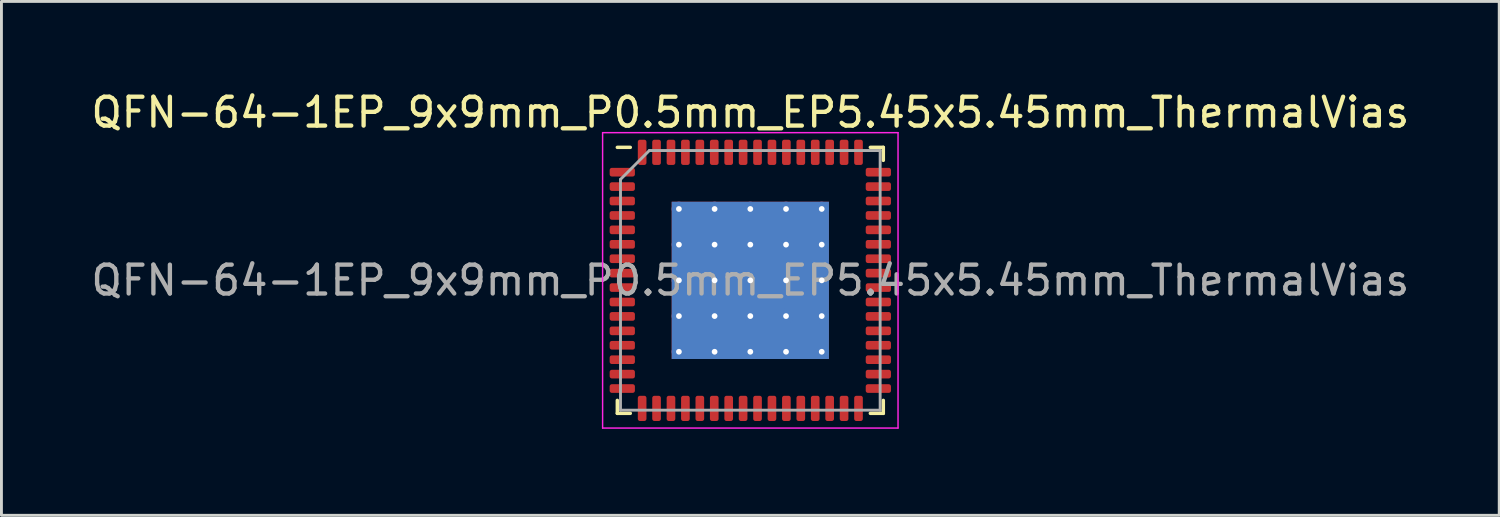
<source format=kicad_pcb>
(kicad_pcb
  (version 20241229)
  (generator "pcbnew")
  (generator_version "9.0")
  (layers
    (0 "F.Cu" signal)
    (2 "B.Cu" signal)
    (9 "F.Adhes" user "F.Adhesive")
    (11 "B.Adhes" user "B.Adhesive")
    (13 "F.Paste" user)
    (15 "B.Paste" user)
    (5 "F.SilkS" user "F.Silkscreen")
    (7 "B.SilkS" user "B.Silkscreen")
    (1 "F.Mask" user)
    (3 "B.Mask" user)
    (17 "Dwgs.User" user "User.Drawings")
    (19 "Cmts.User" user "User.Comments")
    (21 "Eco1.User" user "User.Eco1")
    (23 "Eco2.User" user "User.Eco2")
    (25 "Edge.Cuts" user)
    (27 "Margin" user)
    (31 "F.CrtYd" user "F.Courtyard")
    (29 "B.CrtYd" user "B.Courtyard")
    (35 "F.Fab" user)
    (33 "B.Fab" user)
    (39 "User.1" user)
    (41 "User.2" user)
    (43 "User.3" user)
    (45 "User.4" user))
  (footprint "QFN-64-1EP_9x9mm_P0.5mm_EP5.45x5.45mm_ThermalVias"
    (layer "F.Cu")
    (at 22.958 6.668)
    (property "Reference" "QFN-64-1EP_9x9mm_P0.5mm_EP5.45x5.45mm_ThermalVias" (at 0 -5.82 0) (layer "F.SilkS") (effects (font (size 1 1) (thickness 0.15))))
    (attr smd)
    (fp_line (start -4.61 4.61) (end -4.61 4.16) (stroke (width 0.12) (type solid)) (layer "F.SilkS"))
    (fp_line (start -4.16 -4.61) (end -4.61 -4.61) (stroke (width 0.12) (type solid)) (layer "F.SilkS"))
    (fp_line (start -4.16 4.61) (end -4.61 4.61) (stroke (width 0.12) (type solid)) (layer "F.SilkS"))
    (fp_line (start 4.16 -4.61) (end 4.61 -4.61) (stroke (width 0.12) (type solid)) (layer "F.SilkS"))
    (fp_line (start 4.16 4.61) (end 4.61 4.61) (stroke (width 0.12) (type solid)) (layer "F.SilkS"))
    (fp_line (start 4.61 -4.61) (end 4.61 -4.16) (stroke (width 0.12) (type solid)) (layer "F.SilkS"))
    (fp_line (start 4.61 4.61) (end 4.61 4.16) (stroke (width 0.12) (type solid)) (layer "F.SilkS"))
    (fp_line (start -5.12 -5.12) (end -5.12 5.12) (stroke (width 0.05) (type solid)) (layer "F.CrtYd"))
    (fp_line (start -5.12 5.12) (end 5.12 5.12) (stroke (width 0.05) (type solid)) (layer "F.CrtYd"))
    (fp_line (start 5.12 -5.12) (end -5.12 -5.12) (stroke (width 0.05) (type solid)) (layer "F.CrtYd"))
    (fp_line (start 5.12 5.12) (end 5.12 -5.12) (stroke (width 0.05) (type solid)) (layer "F.CrtYd"))
    (fp_line (start -4.5 -3.5) (end -3.5 -4.5) (stroke (width 0.1) (type solid)) (layer "F.Fab"))
    (fp_line (start -4.5 4.5) (end -4.5 -3.5) (stroke (width 0.1) (type solid)) (layer "F.Fab"))
    (fp_line (start -3.5 -4.5) (end 4.5 -4.5) (stroke (width 0.1) (type solid)) (layer "F.Fab"))
    (fp_line (start 4.5 -4.5) (end 4.5 4.5) (stroke (width 0.1) (type solid)) (layer "F.Fab"))
    (fp_line (start 4.5 4.5) (end -4.5 4.5) (stroke (width 0.1) (type solid)) (layer "F.Fab"))
    (fp_text user "${REFERENCE}" (at 0 0 0) (layer "F.Fab") (effects (font (size 1 1) (thickness 0.15))))
    (pad "" smd roundrect (at -1.856 -1.856) (size 1.055 1.055) (layers "F.Paste") (roundrect_rratio 0.237))
    (pad "" smd roundrect (at -1.856 -0.619) (size 1.055 1.055) (layers "F.Paste") (roundrect_rratio 0.237))
    (pad "" smd roundrect (at -1.856 0.619) (size 1.055 1.055) (layers "F.Paste") (roundrect_rratio 0.237))
    (pad "" smd roundrect (at -1.856 1.856) (size 1.055 1.055) (layers "F.Paste") (roundrect_rratio 0.237))
    (pad "" smd roundrect (at -0.619 -1.856) (size 1.055 1.055) (layers "F.Paste") (roundrect_rratio 0.237))
    (pad "" smd roundrect (at -0.619 -0.619) (size 1.055 1.055) (layers "F.Paste") (roundrect_rratio 0.237))
    (pad "" smd roundrect (at -0.619 0.619) (size 1.055 1.055) (layers "F.Paste") (roundrect_rratio 0.237))
    (pad "" smd roundrect (at -0.619 1.856) (size 1.055 1.055) (layers "F.Paste") (roundrect_rratio 0.237))
    (pad "" smd roundrect (at 0.619 -1.856) (size 1.055 1.055) (layers "F.Paste") (roundrect_rratio 0.237))
    (pad "" smd roundrect (at 0.619 -0.619) (size 1.055 1.055) (layers "F.Paste") (roundrect_rratio 0.237))
    (pad "" smd roundrect (at 0.619 0.619) (size 1.055 1.055) (layers "F.Paste") (roundrect_rratio 0.237))
    (pad "" smd roundrect (at 0.619 1.856) (size 1.055 1.055) (layers "F.Paste") (roundrect_rratio 0.237))
    (pad "" smd roundrect (at 1.856 -1.856) (size 1.055 1.055) (layers "F.Paste") (roundrect_rratio 0.237))
    (pad "" smd roundrect (at 1.856 -0.619) (size 1.055 1.055) (layers "F.Paste") (roundrect_rratio 0.237))
    (pad "" smd roundrect (at 1.856 0.619) (size 1.055 1.055) (layers "F.Paste") (roundrect_rratio 0.237))
    (pad "" smd roundrect (at 1.856 1.856) (size 1.055 1.055) (layers "F.Paste") (roundrect_rratio 0.237))
    (pad "1" smd roundrect (at -4.438 -3.75) (size 0.875 0.3) (layers "F.Cu" "F.Mask" "F.Paste") (roundrect_rratio 0.25))
    (pad "2" smd roundrect (at -4.438 -3.25) (size 0.875 0.3) (layers "F.Cu" "F.Mask" "F.Paste") (roundrect_rratio 0.25))
    (pad "3" smd roundrect (at -4.438 -2.75) (size 0.875 0.3) (layers "F.Cu" "F.Mask" "F.Paste") (roundrect_rratio 0.25))
    (pad "4" smd roundrect (at -4.438 -2.25) (size 0.875 0.3) (layers "F.Cu" "F.Mask" "F.Paste") (roundrect_rratio 0.25))
    (pad "5" smd roundrect (at -4.438 -1.75) (size 0.875 0.3) (layers "F.Cu" "F.Mask" "F.Paste") (roundrect_rratio 0.25))
    (pad "6" smd roundrect (at -4.438 -1.25) (size 0.875 0.3) (layers "F.Cu" "F.Mask" "F.Paste") (roundrect_rratio 0.25))
    (pad "7" smd roundrect (at -4.438 -0.75) (size 0.875 0.3) (layers "F.Cu" "F.Mask" "F.Paste") (roundrect_rratio 0.25))
    (pad "8" smd roundrect (at -4.438 -0.25) (size 0.875 0.3) (layers "F.Cu" "F.Mask" "F.Paste") (roundrect_rratio 0.25))
    (pad "9" smd roundrect (at -4.438 0.25) (size 0.875 0.3) (layers "F.Cu" "F.Mask" "F.Paste") (roundrect_rratio 0.25))
    (pad "10" smd roundrect (at -4.438 0.75) (size 0.875 0.3) (layers "F.Cu" "F.Mask" "F.Paste") (roundrect_rratio 0.25))
    (pad "11" smd roundrect (at -4.438 1.25) (size 0.875 0.3) (layers "F.Cu" "F.Mask" "F.Paste") (roundrect_rratio 0.25))
    (pad "12" smd roundrect (at -4.438 1.75) (size 0.875 0.3) (layers "F.Cu" "F.Mask" "F.Paste") (roundrect_rratio 0.25))
    (pad "13" smd roundrect (at -4.438 2.25) (size 0.875 0.3) (layers "F.Cu" "F.Mask" "F.Paste") (roundrect_rratio 0.25))
    (pad "14" smd roundrect (at -4.438 2.75) (size 0.875 0.3) (layers "F.Cu" "F.Mask" "F.Paste") (roundrect_rratio 0.25))
    (pad "15" smd roundrect (at -4.438 3.25) (size 0.875 0.3) (layers "F.Cu" "F.Mask" "F.Paste") (roundrect_rratio 0.25))
    (pad "16" smd roundrect (at -4.438 3.75) (size 0.875 0.3) (layers "F.Cu" "F.Mask" "F.Paste") (roundrect_rratio 0.25))
    (pad "17" smd roundrect (at -3.75 4.438) (size 0.3 0.875) (layers "F.Cu" "F.Mask" "F.Paste") (roundrect_rratio 0.25))
    (pad "18" smd roundrect (at -3.25 4.438) (size 0.3 0.875) (layers "F.Cu" "F.Mask" "F.Paste") (roundrect_rratio 0.25))
    (pad "19" smd roundrect (at -2.75 4.438) (size 0.3 0.875) (layers "F.Cu" "F.Mask" "F.Paste") (roundrect_rratio 0.25))
    (pad "20" smd roundrect (at -2.25 4.438) (size 0.3 0.875) (layers "F.Cu" "F.Mask" "F.Paste") (roundrect_rratio 0.25))
    (pad "21" smd roundrect (at -1.75 4.438) (size 0.3 0.875) (layers "F.Cu" "F.Mask" "F.Paste") (roundrect_rratio 0.25))
    (pad "22" smd roundrect (at -1.25 4.438) (size 0.3 0.875) (layers "F.Cu" "F.Mask" "F.Paste") (roundrect_rratio 0.25))
    (pad "23" smd roundrect (at -0.75 4.438) (size 0.3 0.875) (layers "F.Cu" "F.Mask" "F.Paste") (roundrect_rratio 0.25))
    (pad "24" smd roundrect (at -0.25 4.438) (size 0.3 0.875) (layers "F.Cu" "F.Mask" "F.Paste") (roundrect_rratio 0.25))
    (pad "25" smd roundrect (at 0.25 4.438) (size 0.3 0.875) (layers "F.Cu" "F.Mask" "F.Paste") (roundrect_rratio 0.25))
    (pad "26" smd roundrect (at 0.75 4.438) (size 0.3 0.875) (layers "F.Cu" "F.Mask" "F.Paste") (roundrect_rratio 0.25))
    (pad "27" smd roundrect (at 1.25 4.438) (size 0.3 0.875) (layers "F.Cu" "F.Mask" "F.Paste") (roundrect_rratio 0.25))
    (pad "28" smd roundrect (at 1.75 4.438) (size 0.3 0.875) (layers "F.Cu" "F.Mask" "F.Paste") (roundrect_rratio 0.25))
    (pad "29" smd roundrect (at 2.25 4.438) (size 0.3 0.875) (layers "F.Cu" "F.Mask" "F.Paste") (roundrect_rratio 0.25))
    (pad "30" smd roundrect (at 2.75 4.438) (size 0.3 0.875) (layers "F.Cu" "F.Mask" "F.Paste") (roundrect_rratio 0.25))
    (pad "31" smd roundrect (at 3.25 4.438) (size 0.3 0.875) (layers "F.Cu" "F.Mask" "F.Paste") (roundrect_rratio 0.25))
    (pad "32" smd roundrect (at 3.75 4.438) (size 0.3 0.875) (layers "F.Cu" "F.Mask" "F.Paste") (roundrect_rratio 0.25))
    (pad "33" smd roundrect (at 4.438 3.75) (size 0.875 0.3) (layers "F.Cu" "F.Mask" "F.Paste") (roundrect_rratio 0.25))
    (pad "34" smd roundrect (at 4.438 3.25) (size 0.875 0.3) (layers "F.Cu" "F.Mask" "F.Paste") (roundrect_rratio 0.25))
    (pad "35" smd roundrect (at 4.438 2.75) (size 0.875 0.3) (layers "F.Cu" "F.Mask" "F.Paste") (roundrect_rratio 0.25))
    (pad "36" smd roundrect (at 4.438 2.25) (size 0.875 0.3) (layers "F.Cu" "F.Mask" "F.Paste") (roundrect_rratio 0.25))
    (pad "37" smd roundrect (at 4.438 1.75) (size 0.875 0.3) (layers "F.Cu" "F.Mask" "F.Paste") (roundrect_rratio 0.25))
    (pad "38" smd roundrect (at 4.438 1.25) (size 0.875 0.3) (layers "F.Cu" "F.Mask" "F.Paste") (roundrect_rratio 0.25))
    (pad "39" smd roundrect (at 4.438 0.75) (size 0.875 0.3) (layers "F.Cu" "F.Mask" "F.Paste") (roundrect_rratio 0.25))
    (pad "40" smd roundrect (at 4.438 0.25) (size 0.875 0.3) (layers "F.Cu" "F.Mask" "F.Paste") (roundrect_rratio 0.25))
    (pad "41" smd roundrect (at 4.438 -0.25) (size 0.875 0.3) (layers "F.Cu" "F.Mask" "F.Paste") (roundrect_rratio 0.25))
    (pad "42" smd roundrect (at 4.438 -0.75) (size 0.875 0.3) (layers "F.Cu" "F.Mask" "F.Paste") (roundrect_rratio 0.25))
    (pad "43" smd roundrect (at 4.438 -1.25) (size 0.875 0.3) (layers "F.Cu" "F.Mask" "F.Paste") (roundrect_rratio 0.25))
    (pad "44" smd roundrect (at 4.438 -1.75) (size 0.875 0.3) (layers "F.Cu" "F.Mask" "F.Paste") (roundrect_rratio 0.25))
    (pad "45" smd roundrect (at 4.438 -2.25) (size 0.875 0.3) (layers "F.Cu" "F.Mask" "F.Paste") (roundrect_rratio 0.25))
    (pad "46" smd roundrect (at 4.438 -2.75) (size 0.875 0.3) (layers "F.Cu" "F.Mask" "F.Paste") (roundrect_rratio 0.25))
    (pad "47" smd roundrect (at 4.438 -3.25) (size 0.875 0.3) (layers "F.Cu" "F.Mask" "F.Paste") (roundrect_rratio 0.25))
    (pad "48" smd roundrect (at 4.438 -3.75) (size 0.875 0.3) (layers "F.Cu" "F.Mask" "F.Paste") (roundrect_rratio 0.25))
    (pad "49" smd roundrect (at 3.75 -4.438) (size 0.3 0.875) (layers "F.Cu" "F.Mask" "F.Paste") (roundrect_rratio 0.25))
    (pad "50" smd roundrect (at 3.25 -4.438) (size 0.3 0.875) (layers "F.Cu" "F.Mask" "F.Paste") (roundrect_rratio 0.25))
    (pad "51" smd roundrect (at 2.75 -4.438) (size 0.3 0.875) (layers "F.Cu" "F.Mask" "F.Paste") (roundrect_rratio 0.25))
    (pad "52" smd roundrect (at 2.25 -4.438) (size 0.3 0.875) (layers "F.Cu" "F.Mask" "F.Paste") (roundrect_rratio 0.25))
    (pad "53" smd roundrect (at 1.75 -4.438) (size 0.3 0.875) (layers "F.Cu" "F.Mask" "F.Paste") (roundrect_rratio 0.25))
    (pad "54" smd roundrect (at 1.25 -4.438) (size 0.3 0.875) (layers "F.Cu" "F.Mask" "F.Paste") (roundrect_rratio 0.25))
    (pad "55" smd roundrect (at 0.75 -4.438) (size 0.3 0.875) (layers "F.Cu" "F.Mask" "F.Paste") (roundrect_rratio 0.25))
    (pad "56" smd roundrect (at 0.25 -4.438) (size 0.3 0.875) (layers "F.Cu" "F.Mask" "F.Paste") (roundrect_rratio 0.25))
    (pad "57" smd roundrect (at -0.25 -4.438) (size 0.3 0.875) (layers "F.Cu" "F.Mask" "F.Paste") (roundrect_rratio 0.25))
    (pad "58" smd roundrect (at -0.75 -4.438) (size 0.3 0.875) (layers "F.Cu" "F.Mask" "F.Paste") (roundrect_rratio 0.25))
    (pad "59" smd roundrect (at -1.25 -4.438) (size 0.3 0.875) (layers "F.Cu" "F.Mask" "F.Paste") (roundrect_rratio 0.25))
    (pad "60" smd roundrect (at -1.75 -4.438) (size 0.3 0.875) (layers "F.Cu" "F.Mask" "F.Paste") (roundrect_rratio 0.25))
    (pad "61" smd roundrect (at -2.25 -4.438) (size 0.3 0.875) (layers "F.Cu" "F.Mask" "F.Paste") (roundrect_rratio 0.25))
    (pad "62" smd roundrect (at -2.75 -4.438) (size 0.3 0.875) (layers "F.Cu" "F.Mask" "F.Paste") (roundrect_rratio 0.25))
    (pad "63" smd roundrect (at -3.25 -4.438) (size 0.3 0.875) (layers "F.Cu" "F.Mask" "F.Paste") (roundrect_rratio 0.25))
    (pad "64" smd roundrect (at -3.75 -4.438) (size 0.3 0.875) (layers "F.Cu" "F.Mask" "F.Paste") (roundrect_rratio 0.25))
    (pad "65" thru_hole circle (at -2.475 -2.475) (size 0.5 0.5) (drill 0.2) (layers "*.Cu"))
    (pad "65" thru_hole circle (at -2.475 -1.238) (size 0.5 0.5) (drill 0.2) (layers "*.Cu"))
    (pad "65" thru_hole circle (at -2.475 0) (size 0.5 0.5) (drill 0.2) (layers "*.Cu"))
    (pad "65" thru_hole circle (at -2.475 1.238) (size 0.5 0.5) (drill 0.2) (layers "*.Cu"))
    (pad "65" thru_hole circle (at -2.475 2.475) (size 0.5 0.5) (drill 0.2) (layers "*.Cu"))
    (pad "65" thru_hole circle (at -1.238 -2.475) (size 0.5 0.5) (drill 0.2) (layers "*.Cu"))
    (pad "65" thru_hole circle (at -1.238 -1.238) (size 0.5 0.5) (drill 0.2) (layers "*.Cu"))
    (pad "65" thru_hole circle (at -1.238 0) (size 0.5 0.5) (drill 0.2) (layers "*.Cu"))
    (pad "65" thru_hole circle (at -1.238 1.238) (size 0.5 0.5) (drill 0.2) (layers "*.Cu"))
    (pad "65" thru_hole circle (at -1.238 2.475) (size 0.5 0.5) (drill 0.2) (layers "*.Cu"))
    (pad "65" thru_hole circle (at 0 -2.475) (size 0.5 0.5) (drill 0.2) (layers "*.Cu"))
    (pad "65" thru_hole circle (at 0 -1.238) (size 0.5 0.5) (drill 0.2) (layers "*.Cu"))
    (pad "65" thru_hole circle (at 0 0) (size 0.5 0.5) (drill 0.2) (layers "*.Cu"))
    (pad "65" smd rect (at 0 0) (size 5.45 5.45) (layers "F.Cu" "F.Mask"))
    (pad "65" smd rect (at 0 0) (size 5.45 5.45) (layers "B.Cu"))
    (pad "65" thru_hole circle (at 0 1.238) (size 0.5 0.5) (drill 0.2) (layers "*.Cu"))
    (pad "65" thru_hole circle (at 0 2.475) (size 0.5 0.5) (drill 0.2) (layers "*.Cu"))
    (pad "65" thru_hole circle (at 1.238 -2.475) (size 0.5 0.5) (drill 0.2) (layers "*.Cu"))
    (pad "65" thru_hole circle (at 1.238 -1.238) (size 0.5 0.5) (drill 0.2) (layers "*.Cu"))
    (pad "65" thru_hole circle (at 1.238 0) (size 0.5 0.5) (drill 0.2) (layers "*.Cu"))
    (pad "65" thru_hole circle (at 1.238 1.238) (size 0.5 0.5) (drill 0.2) (layers "*.Cu"))
    (pad "65" thru_hole circle (at 1.238 2.475) (size 0.5 0.5) (drill 0.2) (layers "*.Cu"))
    (pad "65" thru_hole circle (at 2.475 -2.475) (size 0.5 0.5) (drill 0.2) (layers "*.Cu"))
    (pad "65" thru_hole circle (at 2.475 -1.238) (size 0.5 0.5) (drill 0.2) (layers "*.Cu"))
    (pad "65" thru_hole circle (at 2.475 0) (size 0.5 0.5) (drill 0.2) (layers "*.Cu"))
    (pad "65" thru_hole circle (at 2.475 1.238) (size 0.5 0.5) (drill 0.2) (layers "*.Cu"))
    (pad "65" thru_hole circle (at 2.475 2.475) (size 0.5 0.5) (drill 0.2) (layers "*.Cu")))
  (gr_rect
    (start -3 -3)
    (end 48.917 14.813)
    (stroke (width 0.1) (type default))
    (fill no)
    (layer "Edge.Cuts")))
</source>
